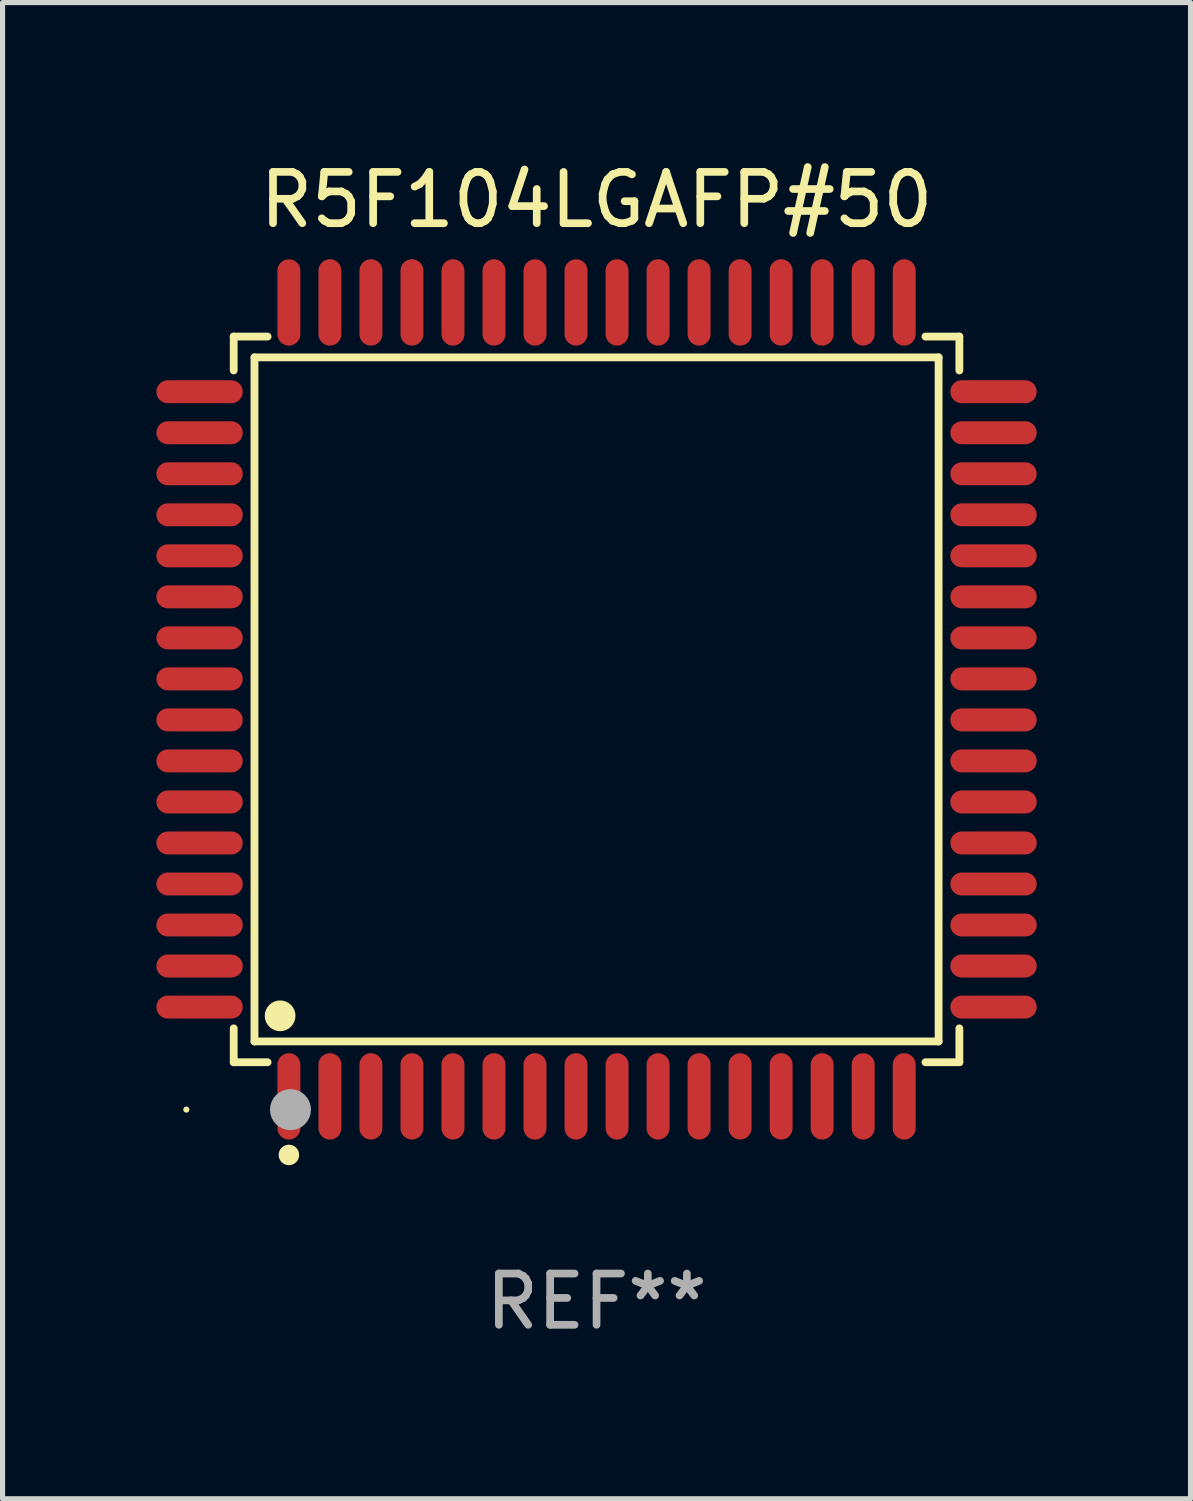
<source format=kicad_pcb>
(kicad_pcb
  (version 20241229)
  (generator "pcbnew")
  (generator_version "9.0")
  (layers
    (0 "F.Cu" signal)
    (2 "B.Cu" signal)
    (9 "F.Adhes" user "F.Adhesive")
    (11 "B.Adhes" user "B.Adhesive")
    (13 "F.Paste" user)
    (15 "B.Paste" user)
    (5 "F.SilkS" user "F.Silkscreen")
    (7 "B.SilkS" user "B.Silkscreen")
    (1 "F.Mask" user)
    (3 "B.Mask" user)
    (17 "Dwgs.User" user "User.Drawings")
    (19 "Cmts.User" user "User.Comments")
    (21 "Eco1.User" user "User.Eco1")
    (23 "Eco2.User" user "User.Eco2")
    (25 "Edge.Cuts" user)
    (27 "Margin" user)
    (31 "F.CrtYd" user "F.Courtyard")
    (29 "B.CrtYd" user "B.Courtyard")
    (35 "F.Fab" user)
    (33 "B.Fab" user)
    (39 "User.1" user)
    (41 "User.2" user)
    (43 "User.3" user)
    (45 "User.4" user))
  (footprint "R5F104LGAFP#50"
    (layer "F.Cu")
    (at 8.584 10.59)
    (property "Reference" "R5F104LGAFP#50" (at 0 -9.742 0) (layer "F.SilkS") (effects (font (size 1 1) (thickness 0.15))))
    (attr through_hole)
    (fp_line (start -7.076 -7.076) (end -6.415 -7.076) (stroke (width 0.152) (type solid)) (layer "F.SilkS"))
    (fp_line (start -7.076 -6.415) (end -7.076 -7.076) (stroke (width 0.152) (type solid)) (layer "F.SilkS"))
    (fp_line (start -7.076 6.415) (end -7.076 7.076) (stroke (width 0.152) (type solid)) (layer "F.SilkS"))
    (fp_line (start -7.076 7.076) (end -6.415 7.076) (stroke (width 0.152) (type solid)) (layer "F.SilkS"))
    (fp_line (start -6.671 -6.671) (end 6.671 -6.671) (stroke (width 0.152) (type solid)) (layer "F.SilkS"))
    (fp_line (start -6.671 6.671) (end -6.671 -6.671) (stroke (width 0.152) (type solid)) (layer "F.SilkS"))
    (fp_line (start 6.671 -6.671) (end 6.671 6.671) (stroke (width 0.152) (type solid)) (layer "F.SilkS"))
    (fp_line (start 6.671 6.671) (end -6.671 6.671) (stroke (width 0.152) (type solid)) (layer "F.SilkS"))
    (fp_line (start 7.076 -7.076) (end 6.415 -7.076) (stroke (width 0.152) (type solid)) (layer "F.SilkS"))
    (fp_line (start 7.076 -6.415) (end 7.076 -7.076) (stroke (width 0.152) (type solid)) (layer "F.SilkS"))
    (fp_line (start 7.076 6.415) (end 7.076 7.076) (stroke (width 0.152) (type solid)) (layer "F.SilkS"))
    (fp_line (start 7.076 7.076) (end 6.415 7.076) (stroke (width 0.152) (type solid)) (layer "F.SilkS"))
    (fp_circle (center -8 8) (end -7.97 8) (stroke (width 0.06) (type solid)) (fill no) (layer "F.SilkS"))
    (fp_circle (center -6.171 6.171) (end -6.021 6.171) (stroke (width 0.3) (type solid)) (fill no) (layer "F.SilkS"))
    (fp_circle (center -6 8.884) (end -5.9 8.884) (stroke (width 0.2) (type solid)) (fill no) (layer "F.SilkS"))
    (fp_circle (center -5.969 8.001) (end -5.769 8.001) (stroke (width 0.4) (type solid)) (fill no) (layer "F.Fab"))
    (fp_text user "REF**" (at 0 11.742 0) (layer "F.Fab") (effects (font (size 1 1) (thickness 0.15))))
    (pad "1" smd oval (at -6 7.742) (size 0.448 1.684) (layers "F.Cu" "F.Mask" "F.Paste"))
    (pad "2" smd oval (at -5.2 7.742) (size 0.448 1.684) (layers "F.Cu" "F.Mask" "F.Paste"))
    (pad "3" smd oval (at -4.4 7.742) (size 0.448 1.684) (layers "F.Cu" "F.Mask" "F.Paste"))
    (pad "4" smd oval (at -3.6 7.742) (size 0.448 1.684) (layers "F.Cu" "F.Mask" "F.Paste"))
    (pad "5" smd oval (at -2.8 7.742) (size 0.448 1.684) (layers "F.Cu" "F.Mask" "F.Paste"))
    (pad "6" smd oval (at -2 7.742) (size 0.448 1.684) (layers "F.Cu" "F.Mask" "F.Paste"))
    (pad "7" smd oval (at -1.2 7.742) (size 0.448 1.684) (layers "F.Cu" "F.Mask" "F.Paste"))
    (pad "8" smd oval (at -0.4 7.742) (size 0.448 1.684) (layers "F.Cu" "F.Mask" "F.Paste"))
    (pad "9" smd oval (at 0.4 7.742) (size 0.448 1.684) (layers "F.Cu" "F.Mask" "F.Paste"))
    (pad "10" smd oval (at 1.2 7.742) (size 0.448 1.684) (layers "F.Cu" "F.Mask" "F.Paste"))
    (pad "11" smd oval (at 2 7.742) (size 0.448 1.684) (layers "F.Cu" "F.Mask" "F.Paste"))
    (pad "12" smd oval (at 2.8 7.742) (size 0.448 1.684) (layers "F.Cu" "F.Mask" "F.Paste"))
    (pad "13" smd oval (at 3.6 7.742) (size 0.448 1.684) (layers "F.Cu" "F.Mask" "F.Paste"))
    (pad "14" smd oval (at 4.4 7.742) (size 0.448 1.684) (layers "F.Cu" "F.Mask" "F.Paste"))
    (pad "15" smd oval (at 5.2 7.742) (size 0.448 1.684) (layers "F.Cu" "F.Mask" "F.Paste"))
    (pad "16" smd oval (at 6 7.742) (size 0.448 1.684) (layers "F.Cu" "F.Mask" "F.Paste"))
    (pad "17" smd oval (at 7.742 6) (size 1.684 0.448) (layers "F.Cu" "F.Mask" "F.Paste"))
    (pad "18" smd oval (at 7.742 5.2) (size 1.684 0.448) (layers "F.Cu" "F.Mask" "F.Paste"))
    (pad "19" smd oval (at 7.742 4.4) (size 1.684 0.448) (layers "F.Cu" "F.Mask" "F.Paste"))
    (pad "20" smd oval (at 7.742 3.6) (size 1.684 0.448) (layers "F.Cu" "F.Mask" "F.Paste"))
    (pad "21" smd oval (at 7.742 2.8) (size 1.684 0.448) (layers "F.Cu" "F.Mask" "F.Paste"))
    (pad "22" smd oval (at 7.742 2) (size 1.684 0.448) (layers "F.Cu" "F.Mask" "F.Paste"))
    (pad "23" smd oval (at 7.742 1.2) (size 1.684 0.448) (layers "F.Cu" "F.Mask" "F.Paste"))
    (pad "24" smd oval (at 7.742 0.4) (size 1.684 0.448) (layers "F.Cu" "F.Mask" "F.Paste"))
    (pad "25" smd oval (at 7.742 -0.4) (size 1.684 0.448) (layers "F.Cu" "F.Mask" "F.Paste"))
    (pad "26" smd oval (at 7.742 -1.2) (size 1.684 0.448) (layers "F.Cu" "F.Mask" "F.Paste"))
    (pad "27" smd oval (at 7.742 -2) (size 1.684 0.448) (layers "F.Cu" "F.Mask" "F.Paste"))
    (pad "28" smd oval (at 7.742 -2.8) (size 1.684 0.448) (layers "F.Cu" "F.Mask" "F.Paste"))
    (pad "29" smd oval (at 7.742 -3.6) (size 1.684 0.448) (layers "F.Cu" "F.Mask" "F.Paste"))
    (pad "30" smd oval (at 7.742 -4.4) (size 1.684 0.448) (layers "F.Cu" "F.Mask" "F.Paste"))
    (pad "31" smd oval (at 7.742 -5.2) (size 1.684 0.448) (layers "F.Cu" "F.Mask" "F.Paste"))
    (pad "32" smd oval (at 7.742 -6) (size 1.684 0.448) (layers "F.Cu" "F.Mask" "F.Paste"))
    (pad "33" smd oval (at 6 -7.742) (size 0.448 1.684) (layers "F.Cu" "F.Mask" "F.Paste"))
    (pad "34" smd oval (at 5.2 -7.742) (size 0.448 1.684) (layers "F.Cu" "F.Mask" "F.Paste"))
    (pad "35" smd oval (at 4.4 -7.742) (size 0.448 1.684) (layers "F.Cu" "F.Mask" "F.Paste"))
    (pad "36" smd oval (at 3.6 -7.742) (size 0.448 1.684) (layers "F.Cu" "F.Mask" "F.Paste"))
    (pad "37" smd oval (at 2.8 -7.742) (size 0.448 1.684) (layers "F.Cu" "F.Mask" "F.Paste"))
    (pad "38" smd oval (at 2 -7.742) (size 0.448 1.684) (layers "F.Cu" "F.Mask" "F.Paste"))
    (pad "39" smd oval (at 1.2 -7.742) (size 0.448 1.684) (layers "F.Cu" "F.Mask" "F.Paste"))
    (pad "40" smd oval (at 0.4 -7.742) (size 0.448 1.684) (layers "F.Cu" "F.Mask" "F.Paste"))
    (pad "41" smd oval (at -0.4 -7.742) (size 0.448 1.684) (layers "F.Cu" "F.Mask" "F.Paste"))
    (pad "42" smd oval (at -1.2 -7.742) (size 0.448 1.684) (layers "F.Cu" "F.Mask" "F.Paste"))
    (pad "43" smd oval (at -2 -7.742) (size 0.448 1.684) (layers "F.Cu" "F.Mask" "F.Paste"))
    (pad "44" smd oval (at -2.8 -7.742) (size 0.448 1.684) (layers "F.Cu" "F.Mask" "F.Paste"))
    (pad "45" smd oval (at -3.6 -7.742) (size 0.448 1.684) (layers "F.Cu" "F.Mask" "F.Paste"))
    (pad "46" smd oval (at -4.4 -7.742) (size 0.448 1.684) (layers "F.Cu" "F.Mask" "F.Paste"))
    (pad "47" smd oval (at -5.2 -7.742) (size 0.448 1.684) (layers "F.Cu" "F.Mask" "F.Paste"))
    (pad "48" smd oval (at -6 -7.742) (size 0.448 1.684) (layers "F.Cu" "F.Mask" "F.Paste"))
    (pad "49" smd oval (at -7.742 -6) (size 1.684 0.448) (layers "F.Cu" "F.Mask" "F.Paste"))
    (pad "50" smd oval (at -7.742 -5.2) (size 1.684 0.448) (layers "F.Cu" "F.Mask" "F.Paste"))
    (pad "51" smd oval (at -7.742 -4.4) (size 1.684 0.448) (layers "F.Cu" "F.Mask" "F.Paste"))
    (pad "52" smd oval (at -7.742 -3.6) (size 1.684 0.448) (layers "F.Cu" "F.Mask" "F.Paste"))
    (pad "53" smd oval (at -7.742 -2.8) (size 1.684 0.448) (layers "F.Cu" "F.Mask" "F.Paste"))
    (pad "54" smd oval (at -7.742 -2) (size 1.684 0.448) (layers "F.Cu" "F.Mask" "F.Paste"))
    (pad "55" smd oval (at -7.742 -1.2) (size 1.684 0.448) (layers "F.Cu" "F.Mask" "F.Paste"))
    (pad "56" smd oval (at -7.742 -0.4) (size 1.684 0.448) (layers "F.Cu" "F.Mask" "F.Paste"))
    (pad "57" smd oval (at -7.742 0.4) (size 1.684 0.448) (layers "F.Cu" "F.Mask" "F.Paste"))
    (pad "58" smd oval (at -7.742 1.2) (size 1.684 0.448) (layers "F.Cu" "F.Mask" "F.Paste"))
    (pad "59" smd oval (at -7.742 2) (size 1.684 0.448) (layers "F.Cu" "F.Mask" "F.Paste"))
    (pad "60" smd oval (at -7.742 2.8) (size 1.684 0.448) (layers "F.Cu" "F.Mask" "F.Paste"))
    (pad "61" smd oval (at -7.742 3.6) (size 1.684 0.448) (layers "F.Cu" "F.Mask" "F.Paste"))
    (pad "62" smd oval (at -7.742 4.4) (size 1.684 0.448) (layers "F.Cu" "F.Mask" "F.Paste"))
    (pad "63" smd oval (at -7.742 5.2) (size 1.684 0.448) (layers "F.Cu" "F.Mask" "F.Paste"))
    (pad "64" smd oval (at -7.742 6) (size 1.684 0.448) (layers "F.Cu" "F.Mask" "F.Paste")))
  (gr_rect
    (start -3 -3)
    (end 20.168 26.18)
    (stroke (width 0.1) (type default))
    (fill no)
    (layer "Edge.Cuts")))
</source>
